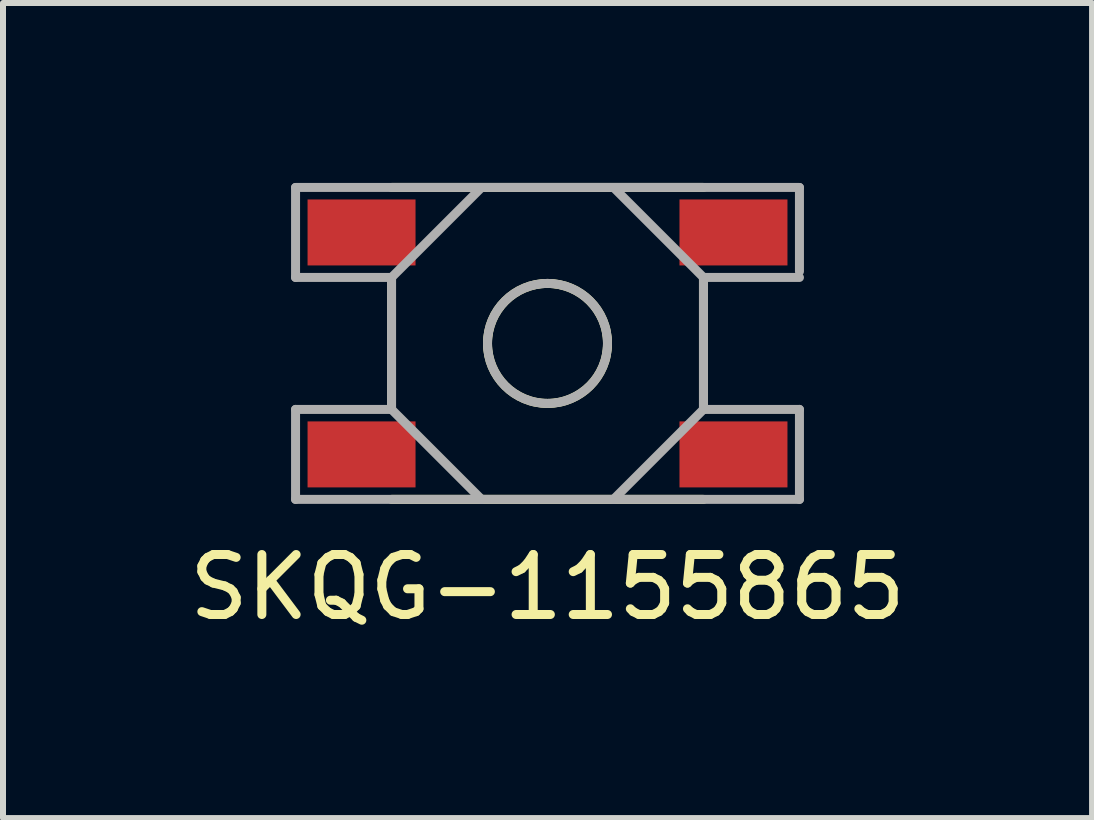
<source format=kicad_pcb>
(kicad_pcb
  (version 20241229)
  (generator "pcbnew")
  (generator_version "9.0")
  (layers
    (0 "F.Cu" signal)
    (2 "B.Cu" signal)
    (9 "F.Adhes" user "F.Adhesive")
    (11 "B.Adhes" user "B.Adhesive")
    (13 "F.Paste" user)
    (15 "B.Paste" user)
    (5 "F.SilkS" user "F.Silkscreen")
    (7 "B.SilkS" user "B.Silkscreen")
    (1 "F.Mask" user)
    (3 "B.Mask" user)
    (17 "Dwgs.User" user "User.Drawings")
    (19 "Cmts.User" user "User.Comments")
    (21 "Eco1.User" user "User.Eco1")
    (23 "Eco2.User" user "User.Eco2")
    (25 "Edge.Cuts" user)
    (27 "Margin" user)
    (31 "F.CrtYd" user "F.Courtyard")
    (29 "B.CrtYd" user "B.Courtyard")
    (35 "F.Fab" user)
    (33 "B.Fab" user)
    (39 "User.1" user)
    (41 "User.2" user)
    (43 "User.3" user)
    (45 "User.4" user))
  (footprint "SKQG-1155865"
    (layer "F.Cu")
    (at 6.077 2.675)
    (property "Reference" "SKQG-1155865" (at 0 4.064 0) (layer "F.SilkS") (effects (font (size 1 1) (thickness 0.15))))
    (attr smd)
    (fp_line (start -2.6 -2.6) (end 2.6 -2.6) (stroke (width 0.15) (type solid)) (layer "F.SilkS"))
    (fp_line (start -2.6 1.1) (end -2.6 -1.1) (stroke (width 0.15) (type solid)) (layer "F.SilkS"))
    (fp_line (start 2.6 -1.1) (end 2.6 1.1) (stroke (width 0.15) (type solid)) (layer "F.SilkS"))
    (fp_line (start 2.6 2.6) (end -2.6 2.6) (stroke (width 0.15) (type solid)) (layer "F.SilkS"))
    (fp_circle (center 0 0) (end 1 0) (stroke (width 0.15) (type solid)) (fill no) (layer "F.SilkS"))
    (fp_line (start -4.2 -2.6) (end 4.2 -2.6) (stroke (width 0.15) (type solid)) (layer "F.Fab"))
    (fp_line (start -4.2 -1.1) (end -4.2 -2.6) (stroke (width 0.15) (type solid)) (layer "F.Fab"))
    (fp_line (start -4.2 1.1) (end -2.6 1.1) (stroke (width 0.15) (type solid)) (layer "F.Fab"))
    (fp_line (start -4.2 2.6) (end -4.2 1.1) (stroke (width 0.15) (type solid)) (layer "F.Fab"))
    (fp_line (start -2.6 -1.1) (end -4.2 -1.1) (stroke (width 0.15) (type solid)) (layer "F.Fab"))
    (fp_line (start -2.6 -1.1) (end -1.1 -2.6) (stroke (width 0.15) (type solid)) (layer "F.Fab"))
    (fp_line (start -2.6 1.1) (end -2.6 -1.1) (stroke (width 0.15) (type solid)) (layer "F.Fab"))
    (fp_line (start -2.6 1.1) (end -1.1 2.6) (stroke (width 0.15) (type solid)) (layer "F.Fab"))
    (fp_line (start 2.6 -1.1) (end 1.1 -2.6) (stroke (width 0.15) (type solid)) (layer "F.Fab"))
    (fp_line (start 2.6 -1.1) (end 2.6 1.1) (stroke (width 0.15) (type solid)) (layer "F.Fab"))
    (fp_line (start 2.6 1.1) (end 1.1 2.6) (stroke (width 0.15) (type solid)) (layer "F.Fab"))
    (fp_line (start 2.6 1.1) (end 4.2 1.1) (stroke (width 0.15) (type solid)) (layer "F.Fab"))
    (fp_line (start 4.2 -2.6) (end 4.2 -1.2) (stroke (width 0.15) (type solid)) (layer "F.Fab"))
    (fp_line (start 4.2 -1.1) (end 2.6 -1.1) (stroke (width 0.15) (type solid)) (layer "F.Fab"))
    (fp_line (start 4.2 1.1) (end 4.2 2.6) (stroke (width 0.15) (type solid)) (layer "F.Fab"))
    (fp_line (start 4.2 2.6) (end -4.2 2.6) (stroke (width 0.15) (type solid)) (layer "F.Fab"))
    (fp_circle (center 0 0) (end 1 0) (stroke (width 0.15) (type solid)) (fill no) (layer "F.Fab"))
    (pad "1" smd rect (at 3.1 1.85) (size 1.8 1.1) (layers "F.Cu" "F.Mask" "F.Paste"))
    (pad "2" smd rect (at -3.1 -1.85) (size 1.8 1.1) (layers "F.Cu" "F.Mask" "F.Paste"))
    (pad "3" smd rect (at 3.1 -1.85) (size 1.8 1.1) (layers "F.Cu" "F.Mask" "F.Paste"))
    (pad "4" smd rect (at -3.1 1.85) (size 1.8 1.1) (layers "F.Cu" "F.Mask" "F.Paste")))
  (gr_rect
    (start -3 -3)
    (end 15.155 10.587)
    (stroke (width 0.1) (type default))
    (fill no)
    (layer "Edge.Cuts")))
</source>
